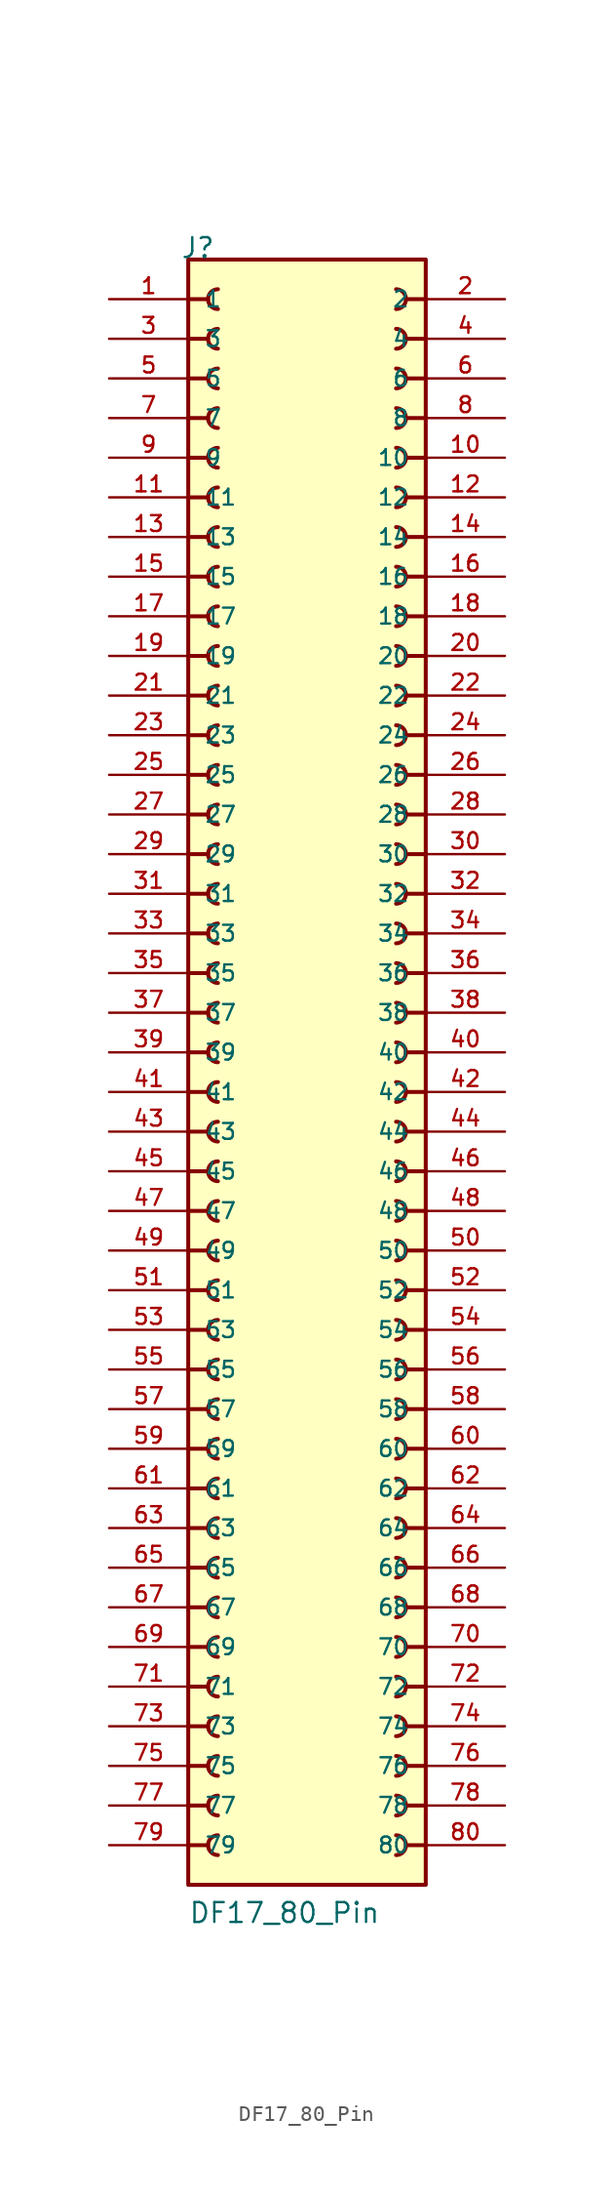
<source format=kicad_sym>
(kicad_symbol_lib
  (version 20211014)
  (generator kicad_symbol_editor)
  (symbol "DF17_80_Pin"
    (pin_names
      (offset 1.016))
    (property "Reference" "J"
      (at -8.128 53.34 0)
      (effects (font (size 1.27 1.27)) (justify left bottom)))
    (property "Value" "DF17_80_Pin"
      (at -7.62 -53.34 0)
      (effects (font (size 1.27 1.27)) (justify left bottom)))
    (property "ki_locked" ""
      (at 0 0 0)
      (effects (font (size 1.27 1.27))))
    (symbol "DF17_80_Pin_0_0"
      (rectangle (start -7.62 -50.8) (end 7.62 53.34) (stroke (width 0.254) (type default) (color 0 0 0 0)) (fill (type background)))
      (arc (start -5.715 -47.625) (mid -6.35 -48.26) (end -5.715 -48.895) (stroke (width 0.254) (type default) (color 0 0 0 0)) (fill (type none)))
      (arc (start -5.715 -45.085) (mid -6.35 -45.72) (end -5.715 -46.355) (stroke (width 0.254) (type default) (color 0 0 0 0)) (fill (type none)))
      (arc (start -5.715 -42.545) (mid -6.35 -43.18) (end -5.715 -43.815) (stroke (width 0.254) (type default) (color 0 0 0 0)) (fill (type none)))
      (arc (start -5.715 -40.005) (mid -6.35 -40.64) (end -5.715 -41.275) (stroke (width 0.254) (type default) (color 0 0 0 0)) (fill (type none)))
      (arc (start -5.715 -37.465) (mid -6.35 -38.1) (end -5.715 -38.735) (stroke (width 0.254) (type default) (color 0 0 0 0)) (fill (type none)))
      (arc (start -5.715 -34.925) (mid -6.35 -35.56) (end -5.715 -36.195) (stroke (width 0.254) (type default) (color 0 0 0 0)) (fill (type none)))
      (arc (start -5.715 -32.385) (mid -6.35 -33.02) (end -5.715 -33.655) (stroke (width 0.254) (type default) (color 0 0 0 0)) (fill (type none)))
      (arc (start -5.715 -29.845) (mid -6.35 -30.48) (end -5.715 -31.115) (stroke (width 0.254) (type default) (color 0 0 0 0)) (fill (type none)))
      (arc (start -5.715 -27.305) (mid -6.35 -27.94) (end -5.715 -28.575) (stroke (width 0.254) (type default) (color 0 0 0 0)) (fill (type none)))
      (arc (start -5.715 -24.765) (mid -6.35 -25.4) (end -5.715 -26.035) (stroke (width 0.254) (type default) (color 0 0 0 0)) (fill (type none)))
      (arc (start -5.715 -22.225) (mid -6.35 -22.86) (end -5.715 -23.495) (stroke (width 0.254) (type default) (color 0 0 0 0)) (fill (type none)))
      (arc (start -5.715 -19.685) (mid -6.35 -20.32) (end -5.715 -20.955) (stroke (width 0.254) (type default) (color 0 0 0 0)) (fill (type none)))
      (arc (start -5.715 -17.145) (mid -6.35 -17.78) (end -5.715 -18.415) (stroke (width 0.254) (type default) (color 0 0 0 0)) (fill (type none)))
      (arc (start -5.715 -14.605) (mid -6.35 -15.24) (end -5.715 -15.875) (stroke (width 0.254) (type default) (color 0 0 0 0)) (fill (type none)))
      (arc (start -5.715 -12.065) (mid -6.35 -12.7) (end -5.715 -13.335) (stroke (width 0.254) (type default) (color 0 0 0 0)) (fill (type none)))
      (arc (start -5.715 -9.525) (mid -6.35 -10.16) (end -5.715 -10.795) (stroke (width 0.254) (type default) (color 0 0 0 0)) (fill (type none)))
      (arc (start -5.715 -6.985) (mid -6.35 -7.62) (end -5.715 -8.255) (stroke (width 0.254) (type default) (color 0 0 0 0)) (fill (type none)))
      (arc (start -5.715 -4.445) (mid -6.35 -5.08) (end -5.715 -5.715) (stroke (width 0.254) (type default) (color 0 0 0 0)) (fill (type none)))
      (arc (start -5.715 -1.905) (mid -6.35 -2.54) (end -5.715 -3.175) (stroke (width 0.254) (type default) (color 0 0 0 0)) (fill (type none)))
      (arc (start -5.715 0.635) (mid -6.35 0) (end -5.715 -0.635) (stroke (width 0.254) (type default) (color 0 0 0 0)) (fill (type none)))
      (arc (start -5.715 3.175) (mid -6.35 2.54) (end -5.715 1.905) (stroke (width 0.254) (type default) (color 0 0 0 0)) (fill (type none)))
      (arc (start -5.715 5.715) (mid -6.35 5.08) (end -5.715 4.445) (stroke (width 0.254) (type default) (color 0 0 0 0)) (fill (type none)))
      (arc (start -5.715 8.255) (mid -6.35 7.62) (end -5.715 6.985) (stroke (width 0.254) (type default) (color 0 0 0 0)) (fill (type none)))
      (arc (start -5.715 10.795) (mid -6.35 10.16) (end -5.715 9.525) (stroke (width 0.254) (type default) (color 0 0 0 0)) (fill (type none)))
      (arc (start -5.715 13.335) (mid -6.35 12.7) (end -5.715 12.065) (stroke (width 0.254) (type default) (color 0 0 0 0)) (fill (type none)))
      (arc (start -5.715 15.875) (mid -6.35 15.24) (end -5.715 14.605) (stroke (width 0.254) (type default) (color 0 0 0 0)) (fill (type none)))
      (arc (start -5.715 18.415) (mid -6.35 17.78) (end -5.715 17.145) (stroke (width 0.254) (type default) (color 0 0 0 0)) (fill (type none)))
      (arc (start -5.715 20.955) (mid -6.35 20.32) (end -5.715 19.685) (stroke (width 0.254) (type default) (color 0 0 0 0)) (fill (type none)))
      (arc (start -5.715 23.495) (mid -6.35 22.86) (end -5.715 22.225) (stroke (width 0.254) (type default) (color 0 0 0 0)) (fill (type none)))
      (arc (start -5.715 26.035) (mid -6.35 25.4) (end -5.715 24.765) (stroke (width 0.254) (type default) (color 0 0 0 0)) (fill (type none)))
      (arc (start -5.715 28.575) (mid -6.35 27.94) (end -5.715 27.305) (stroke (width 0.254) (type default) (color 0 0 0 0)) (fill (type none)))
      (arc (start -5.715 31.115) (mid -6.35 30.48) (end -5.715 29.845) (stroke (width 0.254) (type default) (color 0 0 0 0)) (fill (type none)))
      (arc (start -5.715 33.655) (mid -6.35 33.02) (end -5.715 32.385) (stroke (width 0.254) (type default) (color 0 0 0 0)) (fill (type none)))
      (arc (start -5.715 36.195) (mid -6.35 35.56) (end -5.715 34.925) (stroke (width 0.254) (type default) (color 0 0 0 0)) (fill (type none)))
      (arc (start -5.715 38.735) (mid -6.35 38.1) (end -5.715 37.465) (stroke (width 0.254) (type default) (color 0 0 0 0)) (fill (type none)))
      (arc (start -5.715 41.275) (mid -6.35 40.64) (end -5.715 40.005) (stroke (width 0.254) (type default) (color 0 0 0 0)) (fill (type none)))
      (arc (start -5.715 43.815) (mid -6.35 43.18) (end -5.715 42.545) (stroke (width 0.254) (type default) (color 0 0 0 0)) (fill (type none)))
      (arc (start -5.715 46.355) (mid -6.35 45.72) (end -5.715 45.085) (stroke (width 0.254) (type default) (color 0 0 0 0)) (fill (type none)))
      (arc (start -5.715 48.895) (mid -6.35 48.26) (end -5.715 47.625) (stroke (width 0.254) (type default) (color 0 0 0 0)) (fill (type none)))
      (arc (start -5.715 51.435) (mid -6.35 50.8) (end -5.715 50.165) (stroke (width 0.254) (type default) (color 0 0 0 0)) (fill (type none)))
      (polyline (pts (xy -7.62 -48.26) (xy -6.35 -48.26)) (stroke (width 0.254) (type default) (color 0 0 0 0)) (fill (type none)))
      (polyline (pts (xy -7.62 -45.72) (xy -6.35 -45.72)) (stroke (width 0.254) (type default) (color 0 0 0 0)) (fill (type none)))
      (polyline (pts (xy -7.62 -43.18) (xy -6.35 -43.18)) (stroke (width 0.254) (type default) (color 0 0 0 0)) (fill (type none)))
      (polyline (pts (xy -7.62 -40.64) (xy -6.35 -40.64)) (stroke (width 0.254) (type default) (color 0 0 0 0)) (fill (type none)))
      (polyline (pts (xy -7.62 -38.1) (xy -6.35 -38.1)) (stroke (width 0.254) (type default) (color 0 0 0 0)) (fill (type none)))
      (polyline (pts (xy -7.62 -35.56) (xy -6.35 -35.56)) (stroke (width 0.254) (type default) (color 0 0 0 0)) (fill (type none)))
      (polyline (pts (xy -7.62 -33.02) (xy -6.35 -33.02)) (stroke (width 0.254) (type default) (color 0 0 0 0)) (fill (type none)))
      (polyline (pts (xy -7.62 -30.48) (xy -6.35 -30.48)) (stroke (width 0.254) (type default) (color 0 0 0 0)) (fill (type none)))
      (polyline (pts (xy -7.62 -27.94) (xy -6.35 -27.94)) (stroke (width 0.254) (type default) (color 0 0 0 0)) (fill (type none)))
      (polyline (pts (xy -7.62 -25.4) (xy -6.35 -25.4)) (stroke (width 0.254) (type default) (color 0 0 0 0)) (fill (type none)))
      (polyline (pts (xy -7.62 -22.86) (xy -6.35 -22.86)) (stroke (width 0.254) (type default) (color 0 0 0 0)) (fill (type none)))
      (polyline (pts (xy -7.62 -20.32) (xy -6.35 -20.32)) (stroke (width 0.254) (type default) (color 0 0 0 0)) (fill (type none)))
      (polyline (pts (xy -7.62 -17.78) (xy -6.35 -17.78)) (stroke (width 0.254) (type default) (color 0 0 0 0)) (fill (type none)))
      (polyline (pts (xy -7.62 -15.24) (xy -6.35 -15.24)) (stroke (width 0.254) (type default) (color 0 0 0 0)) (fill (type none)))
      (polyline (pts (xy -7.62 -12.7) (xy -6.35 -12.7)) (stroke (width 0.254) (type default) (color 0 0 0 0)) (fill (type none)))
      (polyline (pts (xy -7.62 -10.16) (xy -6.35 -10.16)) (stroke (width 0.254) (type default) (color 0 0 0 0)) (fill (type none)))
      (polyline (pts (xy -7.62 -7.62) (xy -6.35 -7.62)) (stroke (width 0.254) (type default) (color 0 0 0 0)) (fill (type none)))
      (polyline (pts (xy -7.62 -5.08) (xy -6.35 -5.08)) (stroke (width 0.254) (type default) (color 0 0 0 0)) (fill (type none)))
      (polyline (pts (xy -7.62 -2.54) (xy -6.35 -2.54)) (stroke (width 0.254) (type default) (color 0 0 0 0)) (fill (type none)))
      (polyline (pts (xy -7.62 0) (xy -6.35 0)) (stroke (width 0.254) (type default) (color 0 0 0 0)) (fill (type none)))
      (polyline (pts (xy -7.62 2.54) (xy -6.35 2.54)) (stroke (width 0.254) (type default) (color 0 0 0 0)) (fill (type none)))
      (polyline (pts (xy -7.62 5.08) (xy -6.35 5.08)) (stroke (width 0.254) (type default) (color 0 0 0 0)) (fill (type none)))
      (polyline (pts (xy -7.62 7.62) (xy -6.35 7.62)) (stroke (width 0.254) (type default) (color 0 0 0 0)) (fill (type none)))
      (polyline (pts (xy -7.62 10.16) (xy -6.35 10.16)) (stroke (width 0.254) (type default) (color 0 0 0 0)) (fill (type none)))
      (polyline (pts (xy -7.62 12.7) (xy -6.35 12.7)) (stroke (width 0.254) (type default) (color 0 0 0 0)) (fill (type none)))
      (polyline (pts (xy -7.62 15.24) (xy -6.35 15.24)) (stroke (width 0.254) (type default) (color 0 0 0 0)) (fill (type none)))
      (polyline (pts (xy -7.62 17.78) (xy -6.35 17.78)) (stroke (width 0.254) (type default) (color 0 0 0 0)) (fill (type none)))
      (polyline (pts (xy -7.62 20.32) (xy -6.35 20.32)) (stroke (width 0.254) (type default) (color 0 0 0 0)) (fill (type none)))
      (polyline (pts (xy -7.62 22.86) (xy -6.35 22.86)) (stroke (width 0.254) (type default) (color 0 0 0 0)) (fill (type none)))
      (polyline (pts (xy -7.62 25.4) (xy -6.35 25.4)) (stroke (width 0.254) (type default) (color 0 0 0 0)) (fill (type none)))
      (polyline (pts (xy -7.62 27.94) (xy -6.35 27.94)) (stroke (width 0.254) (type default) (color 0 0 0 0)) (fill (type none)))
      (polyline (pts (xy -7.62 30.48) (xy -6.35 30.48)) (stroke (width 0.254) (type default) (color 0 0 0 0)) (fill (type none)))
      (polyline (pts (xy -7.62 33.02) (xy -6.35 33.02)) (stroke (width 0.254) (type default) (color 0 0 0 0)) (fill (type none)))
      (polyline (pts (xy -7.62 35.56) (xy -6.35 35.56)) (stroke (width 0.254) (type default) (color 0 0 0 0)) (fill (type none)))
      (polyline (pts (xy -7.62 38.1) (xy -6.35 38.1)) (stroke (width 0.254) (type default) (color 0 0 0 0)) (fill (type none)))
      (polyline (pts (xy -7.62 40.64) (xy -6.35 40.64)) (stroke (width 0.254) (type default) (color 0 0 0 0)) (fill (type none)))
      (polyline (pts (xy -7.62 43.18) (xy -6.35 43.18)) (stroke (width 0.254) (type default) (color 0 0 0 0)) (fill (type none)))
      (polyline (pts (xy -7.62 45.72) (xy -6.35 45.72)) (stroke (width 0.254) (type default) (color 0 0 0 0)) (fill (type none)))
      (polyline (pts (xy -7.62 48.26) (xy -6.35 48.26)) (stroke (width 0.254) (type default) (color 0 0 0 0)) (fill (type none)))
      (polyline (pts (xy -7.62 50.8) (xy -6.35 50.8)) (stroke (width 0.254) (type default) (color 0 0 0 0)) (fill (type none)))
      (polyline (pts (xy 7.62 -48.26) (xy 6.35 -48.26)) (stroke (width 0.254) (type default) (color 0 0 0 0)) (fill (type none)))
      (polyline (pts (xy 7.62 -45.72) (xy 6.35 -45.72)) (stroke (width 0.254) (type default) (color 0 0 0 0)) (fill (type none)))
      (polyline (pts (xy 7.62 -43.18) (xy 6.35 -43.18)) (stroke (width 0.254) (type default) (color 0 0 0 0)) (fill (type none)))
      (polyline (pts (xy 7.62 -40.64) (xy 6.35 -40.64)) (stroke (width 0.254) (type default) (color 0 0 0 0)) (fill (type none)))
      (polyline (pts (xy 7.62 -38.1) (xy 6.35 -38.1)) (stroke (width 0.254) (type default) (color 0 0 0 0)) (fill (type none)))
      (polyline (pts (xy 7.62 -35.56) (xy 6.35 -35.56)) (stroke (width 0.254) (type default) (color 0 0 0 0)) (fill (type none)))
      (polyline (pts (xy 7.62 -33.02) (xy 6.35 -33.02)) (stroke (width 0.254) (type default) (color 0 0 0 0)) (fill (type none)))
      (polyline (pts (xy 7.62 -30.48) (xy 6.35 -30.48)) (stroke (width 0.254) (type default) (color 0 0 0 0)) (fill (type none)))
      (polyline (pts (xy 7.62 -27.94) (xy 6.35 -27.94)) (stroke (width 0.254) (type default) (color 0 0 0 0)) (fill (type none)))
      (polyline (pts (xy 7.62 -25.4) (xy 6.35 -25.4)) (stroke (width 0.254) (type default) (color 0 0 0 0)) (fill (type none)))
      (polyline (pts (xy 7.62 -22.86) (xy 6.35 -22.86)) (stroke (width 0.254) (type default) (color 0 0 0 0)) (fill (type none)))
      (polyline (pts (xy 7.62 -20.32) (xy 6.35 -20.32)) (stroke (width 0.254) (type default) (color 0 0 0 0)) (fill (type none)))
      (polyline (pts (xy 7.62 -17.78) (xy 6.35 -17.78)) (stroke (width 0.254) (type default) (color 0 0 0 0)) (fill (type none)))
      (polyline (pts (xy 7.62 -15.24) (xy 6.35 -15.24)) (stroke (width 0.254) (type default) (color 0 0 0 0)) (fill (type none)))
      (polyline (pts (xy 7.62 -12.7) (xy 6.35 -12.7)) (stroke (width 0.254) (type default) (color 0 0 0 0)) (fill (type none)))
      (polyline (pts (xy 7.62 -10.16) (xy 6.35 -10.16)) (stroke (width 0.254) (type default) (color 0 0 0 0)) (fill (type none)))
      (polyline (pts (xy 7.62 -7.62) (xy 6.35 -7.62)) (stroke (width 0.254) (type default) (color 0 0 0 0)) (fill (type none)))
      (polyline (pts (xy 7.62 -5.08) (xy 6.35 -5.08)) (stroke (width 0.254) (type default) (color 0 0 0 0)) (fill (type none)))
      (polyline (pts (xy 7.62 -2.54) (xy 6.35 -2.54)) (stroke (width 0.254) (type default) (color 0 0 0 0)) (fill (type none)))
      (polyline (pts (xy 7.62 0) (xy 6.35 0)) (stroke (width 0.254) (type default) (color 0 0 0 0)) (fill (type none)))
      (polyline (pts (xy 7.62 2.54) (xy 6.35 2.54)) (stroke (width 0.254) (type default) (color 0 0 0 0)) (fill (type none)))
      (polyline (pts (xy 7.62 5.08) (xy 6.35 5.08)) (stroke (width 0.254) (type default) (color 0 0 0 0)) (fill (type none)))
      (polyline (pts (xy 7.62 7.62) (xy 6.35 7.62)) (stroke (width 0.254) (type default) (color 0 0 0 0)) (fill (type none)))
      (polyline (pts (xy 7.62 10.16) (xy 6.35 10.16)) (stroke (width 0.254) (type default) (color 0 0 0 0)) (fill (type none)))
      (polyline (pts (xy 7.62 12.7) (xy 6.35 12.7)) (stroke (width 0.254) (type default) (color 0 0 0 0)) (fill (type none)))
      (polyline (pts (xy 7.62 15.24) (xy 6.35 15.24)) (stroke (width 0.254) (type default) (color 0 0 0 0)) (fill (type none)))
      (polyline (pts (xy 7.62 17.78) (xy 6.35 17.78)) (stroke (width 0.254) (type default) (color 0 0 0 0)) (fill (type none)))
      (polyline (pts (xy 7.62 20.32) (xy 6.35 20.32)) (stroke (width 0.254) (type default) (color 0 0 0 0)) (fill (type none)))
      (polyline (pts (xy 7.62 22.86) (xy 6.35 22.86)) (stroke (width 0.254) (type default) (color 0 0 0 0)) (fill (type none)))
      (polyline (pts (xy 7.62 25.4) (xy 6.35 25.4)) (stroke (width 0.254) (type default) (color 0 0 0 0)) (fill (type none)))
      (polyline (pts (xy 7.62 27.94) (xy 6.35 27.94)) (stroke (width 0.254) (type default) (color 0 0 0 0)) (fill (type none)))
      (polyline (pts (xy 7.62 30.48) (xy 6.35 30.48)) (stroke (width 0.254) (type default) (color 0 0 0 0)) (fill (type none)))
      (polyline (pts (xy 7.62 33.02) (xy 6.35 33.02)) (stroke (width 0.254) (type default) (color 0 0 0 0)) (fill (type none)))
      (polyline (pts (xy 7.62 35.56) (xy 6.35 35.56)) (stroke (width 0.254) (type default) (color 0 0 0 0)) (fill (type none)))
      (polyline (pts (xy 7.62 38.1) (xy 6.35 38.1)) (stroke (width 0.254) (type default) (color 0 0 0 0)) (fill (type none)))
      (polyline (pts (xy 7.62 40.64) (xy 6.35 40.64)) (stroke (width 0.254) (type default) (color 0 0 0 0)) (fill (type none)))
      (polyline (pts (xy 7.62 43.18) (xy 6.35 43.18)) (stroke (width 0.254) (type default) (color 0 0 0 0)) (fill (type none)))
      (polyline (pts (xy 7.62 45.72) (xy 6.35 45.72)) (stroke (width 0.254) (type default) (color 0 0 0 0)) (fill (type none)))
      (polyline (pts (xy 7.62 48.26) (xy 6.35 48.26)) (stroke (width 0.254) (type default) (color 0 0 0 0)) (fill (type none)))
      (polyline (pts (xy 7.62 50.8) (xy 6.35 50.8)) (stroke (width 0.254) (type default) (color 0 0 0 0)) (fill (type none)))
      (arc (start 5.715 -48.895) (mid 6.35 -48.26) (end 5.715 -47.625) (stroke (width 0.254) (type default) (color 0 0 0 0)) (fill (type none)))
      (arc (start 5.715 -46.355) (mid 6.35 -45.72) (end 5.715 -45.085) (stroke (width 0.254) (type default) (color 0 0 0 0)) (fill (type none)))
      (arc (start 5.715 -43.815) (mid 6.35 -43.18) (end 5.715 -42.545) (stroke (width 0.254) (type default) (color 0 0 0 0)) (fill (type none)))
      (arc (start 5.715 -41.275) (mid 6.35 -40.64) (end 5.715 -40.005) (stroke (width 0.254) (type default) (color 0 0 0 0)) (fill (type none)))
      (arc (start 5.715 -38.735) (mid 6.35 -38.1) (end 5.715 -37.465) (stroke (width 0.254) (type default) (color 0 0 0 0)) (fill (type none)))
      (arc (start 5.715 -36.195) (mid 6.35 -35.56) (end 5.715 -34.925) (stroke (width 0.254) (type default) (color 0 0 0 0)) (fill (type none)))
      (arc (start 5.715 -33.655) (mid 6.35 -33.02) (end 5.715 -32.385) (stroke (width 0.254) (type default) (color 0 0 0 0)) (fill (type none)))
      (arc (start 5.715 -31.115) (mid 6.35 -30.48) (end 5.715 -29.845) (stroke (width 0.254) (type default) (color 0 0 0 0)) (fill (type none)))
      (arc (start 5.715 -28.575) (mid 6.35 -27.94) (end 5.715 -27.305) (stroke (width 0.254) (type default) (color 0 0 0 0)) (fill (type none)))
      (arc (start 5.715 -26.035) (mid 6.35 -25.4) (end 5.715 -24.765) (stroke (width 0.254) (type default) (color 0 0 0 0)) (fill (type none)))
      (arc (start 5.715 -23.495) (mid 6.35 -22.86) (end 5.715 -22.225) (stroke (width 0.254) (type default) (color 0 0 0 0)) (fill (type none)))
      (arc (start 5.715 -20.955) (mid 6.35 -20.32) (end 5.715 -19.685) (stroke (width 0.254) (type default) (color 0 0 0 0)) (fill (type none)))
      (arc (start 5.715 -18.415) (mid 6.35 -17.78) (end 5.715 -17.145) (stroke (width 0.254) (type default) (color 0 0 0 0)) (fill (type none)))
      (arc (start 5.715 -15.875) (mid 6.35 -15.24) (end 5.715 -14.605) (stroke (width 0.254) (type default) (color 0 0 0 0)) (fill (type none)))
      (arc (start 5.715 -13.335) (mid 6.35 -12.7) (end 5.715 -12.065) (stroke (width 0.254) (type default) (color 0 0 0 0)) (fill (type none)))
      (arc (start 5.715 -10.795) (mid 6.35 -10.16) (end 5.715 -9.525) (stroke (width 0.254) (type default) (color 0 0 0 0)) (fill (type none)))
      (arc (start 5.715 -8.255) (mid 6.35 -7.62) (end 5.715 -6.985) (stroke (width 0.254) (type default) (color 0 0 0 0)) (fill (type none)))
      (arc (start 5.715 -5.715) (mid 6.35 -5.08) (end 5.715 -4.445) (stroke (width 0.254) (type default) (color 0 0 0 0)) (fill (type none)))
      (arc (start 5.715 -3.175) (mid 6.35 -2.54) (end 5.715 -1.905) (stroke (width 0.254) (type default) (color 0 0 0 0)) (fill (type none)))
      (arc (start 5.715 -0.635) (mid 6.35 0) (end 5.715 0.635) (stroke (width 0.254) (type default) (color 0 0 0 0)) (fill (type none)))
      (arc (start 5.715 1.905) (mid 6.35 2.54) (end 5.715 3.175) (stroke (width 0.254) (type default) (color 0 0 0 0)) (fill (type none)))
      (arc (start 5.715 4.445) (mid 6.35 5.08) (end 5.715 5.715) (stroke (width 0.254) (type default) (color 0 0 0 0)) (fill (type none)))
      (arc (start 5.715 6.985) (mid 6.35 7.62) (end 5.715 8.255) (stroke (width 0.254) (type default) (color 0 0 0 0)) (fill (type none)))
      (arc (start 5.715 9.525) (mid 6.35 10.16) (end 5.715 10.795) (stroke (width 0.254) (type default) (color 0 0 0 0)) (fill (type none)))
      (arc (start 5.715 12.065) (mid 6.35 12.7) (end 5.715 13.335) (stroke (width 0.254) (type default) (color 0 0 0 0)) (fill (type none)))
      (arc (start 5.715 14.605) (mid 6.35 15.24) (end 5.715 15.875) (stroke (width 0.254) (type default) (color 0 0 0 0)) (fill (type none)))
      (arc (start 5.715 17.145) (mid 6.35 17.78) (end 5.715 18.415) (stroke (width 0.254) (type default) (color 0 0 0 0)) (fill (type none)))
      (arc (start 5.715 19.685) (mid 6.35 20.32) (end 5.715 20.955) (stroke (width 0.254) (type default) (color 0 0 0 0)) (fill (type none)))
      (arc (start 5.715 22.225) (mid 6.35 22.86) (end 5.715 23.495) (stroke (width 0.254) (type default) (color 0 0 0 0)) (fill (type none)))
      (arc (start 5.715 24.765) (mid 6.35 25.4) (end 5.715 26.035) (stroke (width 0.254) (type default) (color 0 0 0 0)) (fill (type none)))
      (arc (start 5.715 27.305) (mid 6.35 27.94) (end 5.715 28.575) (stroke (width 0.254) (type default) (color 0 0 0 0)) (fill (type none)))
      (arc (start 5.715 29.845) (mid 6.35 30.48) (end 5.715 31.115) (stroke (width 0.254) (type default) (color 0 0 0 0)) (fill (type none)))
      (arc (start 5.715 32.385) (mid 6.35 33.02) (end 5.715 33.655) (stroke (width 0.254) (type default) (color 0 0 0 0)) (fill (type none)))
      (arc (start 5.715 34.925) (mid 6.35 35.56) (end 5.715 36.195) (stroke (width 0.254) (type default) (color 0 0 0 0)) (fill (type none)))
      (arc (start 5.715 37.465) (mid 6.35 38.1) (end 5.715 38.735) (stroke (width 0.254) (type default) (color 0 0 0 0)) (fill (type none)))
      (arc (start 5.715 40.005) (mid 6.35 40.64) (end 5.715 41.275) (stroke (width 0.254) (type default) (color 0 0 0 0)) (fill (type none)))
      (arc (start 5.715 42.545) (mid 6.35 43.18) (end 5.715 43.815) (stroke (width 0.254) (type default) (color 0 0 0 0)) (fill (type none)))
      (arc (start 5.715 45.085) (mid 6.35 45.72) (end 5.715 46.355) (stroke (width 0.254) (type default) (color 0 0 0 0)) (fill (type none)))
      (arc (start 5.715 47.625) (mid 6.35 48.26) (end 5.715 48.895) (stroke (width 0.254) (type default) (color 0 0 0 0)) (fill (type none)))
      (arc (start 5.715 50.165) (mid 6.35 50.8) (end 5.715 51.435) (stroke (width 0.254) (type default) (color 0 0 0 0)) (fill (type none)))
      (pin passive line (at -12.7 50.8 0) (length 5.08) (name "1" (effects (font (size 1.016 1.016)))) (number "1" (effects (font (size 1.016 1.016)))))
      (pin passive line (at 12.7 40.64 180) (length 5.08) (name "10" (effects (font (size 1.016 1.016)))) (number "10" (effects (font (size 1.016 1.016)))))
      (pin passive line (at -12.7 38.1 0) (length 5.08) (name "11" (effects (font (size 1.016 1.016)))) (number "11" (effects (font (size 1.016 1.016)))))
      (pin passive line (at 12.7 38.1 180) (length 5.08) (name "12" (effects (font (size 1.016 1.016)))) (number "12" (effects (font (size 1.016 1.016)))))
      (pin passive line (at -12.7 35.56 0) (length 5.08) (name "13" (effects (font (size 1.016 1.016)))) (number "13" (effects (font (size 1.016 1.016)))))
      (pin passive line (at 12.7 35.56 180) (length 5.08) (name "14" (effects (font (size 1.016 1.016)))) (number "14" (effects (font (size 1.016 1.016)))))
      (pin passive line (at -12.7 33.02 0) (length 5.08) (name "15" (effects (font (size 1.016 1.016)))) (number "15" (effects (font (size 1.016 1.016)))))
      (pin passive line (at 12.7 33.02 180) (length 5.08) (name "16" (effects (font (size 1.016 1.016)))) (number "16" (effects (font (size 1.016 1.016)))))
      (pin passive line (at -12.7 30.48 0) (length 5.08) (name "17" (effects (font (size 1.016 1.016)))) (number "17" (effects (font (size 1.016 1.016)))))
      (pin passive line (at 12.7 30.48 180) (length 5.08) (name "18" (effects (font (size 1.016 1.016)))) (number "18" (effects (font (size 1.016 1.016)))))
      (pin passive line (at -12.7 27.94 0) (length 5.08) (name "19" (effects (font (size 1.016 1.016)))) (number "19" (effects (font (size 1.016 1.016)))))
      (pin passive line (at 12.7 50.8 180) (length 5.08) (name "2" (effects (font (size 1.016 1.016)))) (number "2" (effects (font (size 1.016 1.016)))))
      (pin passive line (at 12.7 27.94 180) (length 5.08) (name "20" (effects (font (size 1.016 1.016)))) (number "20" (effects (font (size 1.016 1.016)))))
      (pin passive line (at -12.7 25.4 0) (length 5.08) (name "21" (effects (font (size 1.016 1.016)))) (number "21" (effects (font (size 1.016 1.016)))))
      (pin passive line (at 12.7 25.4 180) (length 5.08) (name "22" (effects (font (size 1.016 1.016)))) (number "22" (effects (font (size 1.016 1.016)))))
      (pin passive line (at -12.7 22.86 0) (length 5.08) (name "23" (effects (font (size 1.016 1.016)))) (number "23" (effects (font (size 1.016 1.016)))))
      (pin passive line (at 12.7 22.86 180) (length 5.08) (name "24" (effects (font (size 1.016 1.016)))) (number "24" (effects (font (size 1.016 1.016)))))
      (pin passive line (at -12.7 20.32 0) (length 5.08) (name "25" (effects (font (size 1.016 1.016)))) (number "25" (effects (font (size 1.016 1.016)))))
      (pin passive line (at 12.7 20.32 180) (length 5.08) (name "26" (effects (font (size 1.016 1.016)))) (number "26" (effects (font (size 1.016 1.016)))))
      (pin passive line (at -12.7 17.78 0) (length 5.08) (name "27" (effects (font (size 1.016 1.016)))) (number "27" (effects (font (size 1.016 1.016)))))
      (pin passive line (at 12.7 17.78 180) (length 5.08) (name "28" (effects (font (size 1.016 1.016)))) (number "28" (effects (font (size 1.016 1.016)))))
      (pin passive line (at -12.7 15.24 0) (length 5.08) (name "29" (effects (font (size 1.016 1.016)))) (number "29" (effects (font (size 1.016 1.016)))))
      (pin passive line (at -12.7 48.26 0) (length 5.08) (name "3" (effects (font (size 1.016 1.016)))) (number "3" (effects (font (size 1.016 1.016)))))
      (pin passive line (at 12.7 15.24 180) (length 5.08) (name "30" (effects (font (size 1.016 1.016)))) (number "30" (effects (font (size 1.016 1.016)))))
      (pin passive line (at -12.7 12.7 0) (length 5.08) (name "31" (effects (font (size 1.016 1.016)))) (number "31" (effects (font (size 1.016 1.016)))))
      (pin passive line (at 12.7 12.7 180) (length 5.08) (name "32" (effects (font (size 1.016 1.016)))) (number "32" (effects (font (size 1.016 1.016)))))
      (pin passive line (at -12.7 10.16 0) (length 5.08) (name "33" (effects (font (size 1.016 1.016)))) (number "33" (effects (font (size 1.016 1.016)))))
      (pin passive line (at 12.7 10.16 180) (length 5.08) (name "34" (effects (font (size 1.016 1.016)))) (number "34" (effects (font (size 1.016 1.016)))))
      (pin passive line (at -12.7 7.62 0) (length 5.08) (name "35" (effects (font (size 1.016 1.016)))) (number "35" (effects (font (size 1.016 1.016)))))
      (pin passive line (at 12.7 7.62 180) (length 5.08) (name "36" (effects (font (size 1.016 1.016)))) (number "36" (effects (font (size 1.016 1.016)))))
      (pin passive line (at -12.7 5.08 0) (length 5.08) (name "37" (effects (font (size 1.016 1.016)))) (number "37" (effects (font (size 1.016 1.016)))))
      (pin passive line (at 12.7 5.08 180) (length 5.08) (name "38" (effects (font (size 1.016 1.016)))) (number "38" (effects (font (size 1.016 1.016)))))
      (pin passive line (at -12.7 2.54 0) (length 5.08) (name "39" (effects (font (size 1.016 1.016)))) (number "39" (effects (font (size 1.016 1.016)))))
      (pin passive line (at 12.7 48.26 180) (length 5.08) (name "4" (effects (font (size 1.016 1.016)))) (number "4" (effects (font (size 1.016 1.016)))))
      (pin passive line (at 12.7 2.54 180) (length 5.08) (name "40" (effects (font (size 1.016 1.016)))) (number "40" (effects (font (size 1.016 1.016)))))
      (pin passive line (at -12.7 0 0) (length 5.08) (name "41" (effects (font (size 1.016 1.016)))) (number "41" (effects (font (size 1.016 1.016)))))
      (pin passive line (at 12.7 0 180) (length 5.08) (name "42" (effects (font (size 1.016 1.016)))) (number "42" (effects (font (size 1.016 1.016)))))
      (pin passive line (at -12.7 -2.54 0) (length 5.08) (name "43" (effects (font (size 1.016 1.016)))) (number "43" (effects (font (size 1.016 1.016)))))
      (pin passive line (at 12.7 -2.54 180) (length 5.08) (name "44" (effects (font (size 1.016 1.016)))) (number "44" (effects (font (size 1.016 1.016)))))
      (pin passive line (at -12.7 -5.08 0) (length 5.08) (name "45" (effects (font (size 1.016 1.016)))) (number "45" (effects (font (size 1.016 1.016)))))
      (pin passive line (at 12.7 -5.08 180) (length 5.08) (name "46" (effects (font (size 1.016 1.016)))) (number "46" (effects (font (size 1.016 1.016)))))
      (pin passive line (at -12.7 -7.62 0) (length 5.08) (name "47" (effects (font (size 1.016 1.016)))) (number "47" (effects (font (size 1.016 1.016)))))
      (pin passive line (at 12.7 -7.62 180) (length 5.08) (name "48" (effects (font (size 1.016 1.016)))) (number "48" (effects (font (size 1.016 1.016)))))
      (pin passive line (at -12.7 -10.16 0) (length 5.08) (name "49" (effects (font (size 1.016 1.016)))) (number "49" (effects (font (size 1.016 1.016)))))
      (pin passive line (at -12.7 45.72 0) (length 5.08) (name "5" (effects (font (size 1.016 1.016)))) (number "5" (effects (font (size 1.016 1.016)))))
      (pin passive line (at 12.7 -10.16 180) (length 5.08) (name "50" (effects (font (size 1.016 1.016)))) (number "50" (effects (font (size 1.016 1.016)))))
      (pin passive line (at -12.7 -12.7 0) (length 5.08) (name "51" (effects (font (size 1.016 1.016)))) (number "51" (effects (font (size 1.016 1.016)))))
      (pin passive line (at 12.7 -12.7 180) (length 5.08) (name "52" (effects (font (size 1.016 1.016)))) (number "52" (effects (font (size 1.016 1.016)))))
      (pin passive line (at -12.7 -15.24 0) (length 5.08) (name "53" (effects (font (size 1.016 1.016)))) (number "53" (effects (font (size 1.016 1.016)))))
      (pin passive line (at 12.7 -15.24 180) (length 5.08) (name "54" (effects (font (size 1.016 1.016)))) (number "54" (effects (font (size 1.016 1.016)))))
      (pin passive line (at -12.7 -17.78 0) (length 5.08) (name "55" (effects (font (size 1.016 1.016)))) (number "55" (effects (font (size 1.016 1.016)))))
      (pin passive line (at 12.7 -17.78 180) (length 5.08) (name "56" (effects (font (size 1.016 1.016)))) (number "56" (effects (font (size 1.016 1.016)))))
      (pin passive line (at -12.7 -20.32 0) (length 5.08) (name "57" (effects (font (size 1.016 1.016)))) (number "57" (effects (font (size 1.016 1.016)))))
      (pin passive line (at 12.7 -20.32 180) (length 5.08) (name "58" (effects (font (size 1.016 1.016)))) (number "58" (effects (font (size 1.016 1.016)))))
      (pin passive line (at -12.7 -22.86 0) (length 5.08) (name "59" (effects (font (size 1.016 1.016)))) (number "59" (effects (font (size 1.016 1.016)))))
      (pin passive line (at 12.7 45.72 180) (length 5.08) (name "6" (effects (font (size 1.016 1.016)))) (number "6" (effects (font (size 1.016 1.016)))))
      (pin passive line (at 12.7 -22.86 180) (length 5.08) (name "60" (effects (font (size 1.016 1.016)))) (number "60" (effects (font (size 1.016 1.016)))))
      (pin passive line (at -12.7 -25.4 0) (length 5.08) (name "61" (effects (font (size 1.016 1.016)))) (number "61" (effects (font (size 1.016 1.016)))))
      (pin passive line (at 12.7 -25.4 180) (length 5.08) (name "62" (effects (font (size 1.016 1.016)))) (number "62" (effects (font (size 1.016 1.016)))))
      (pin passive line (at -12.7 -27.94 0) (length 5.08) (name "63" (effects (font (size 1.016 1.016)))) (number "63" (effects (font (size 1.016 1.016)))))
      (pin passive line (at 12.7 -27.94 180) (length 5.08) (name "64" (effects (font (size 1.016 1.016)))) (number "64" (effects (font (size 1.016 1.016)))))
      (pin passive line (at -12.7 -30.48 0) (length 5.08) (name "65" (effects (font (size 1.016 1.016)))) (number "65" (effects (font (size 1.016 1.016)))))
      (pin passive line (at 12.7 -30.48 180) (length 5.08) (name "66" (effects (font (size 1.016 1.016)))) (number "66" (effects (font (size 1.016 1.016)))))
      (pin passive line (at -12.7 -33.02 0) (length 5.08) (name "67" (effects (font (size 1.016 1.016)))) (number "67" (effects (font (size 1.016 1.016)))))
      (pin passive line (at 12.7 -33.02 180) (length 5.08) (name "68" (effects (font (size 1.016 1.016)))) (number "68" (effects (font (size 1.016 1.016)))))
      (pin passive line (at -12.7 -35.56 0) (length 5.08) (name "69" (effects (font (size 1.016 1.016)))) (number "69" (effects (font (size 1.016 1.016)))))
      (pin passive line (at -12.7 43.18 0) (length 5.08) (name "7" (effects (font (size 1.016 1.016)))) (number "7" (effects (font (size 1.016 1.016)))))
      (pin passive line (at 12.7 -35.56 180) (length 5.08) (name "70" (effects (font (size 1.016 1.016)))) (number "70" (effects (font (size 1.016 1.016)))))
      (pin passive line (at -12.7 -38.1 0) (length 5.08) (name "71" (effects (font (size 1.016 1.016)))) (number "71" (effects (font (size 1.016 1.016)))))
      (pin passive line (at 12.7 -38.1 180) (length 5.08) (name "72" (effects (font (size 1.016 1.016)))) (number "72" (effects (font (size 1.016 1.016)))))
      (pin passive line (at -12.7 -40.64 0) (length 5.08) (name "73" (effects (font (size 1.016 1.016)))) (number "73" (effects (font (size 1.016 1.016)))))
      (pin passive line (at 12.7 -40.64 180) (length 5.08) (name "74" (effects (font (size 1.016 1.016)))) (number "74" (effects (font (size 1.016 1.016)))))
      (pin passive line (at -12.7 -43.18 0) (length 5.08) (name "75" (effects (font (size 1.016 1.016)))) (number "75" (effects (font (size 1.016 1.016)))))
      (pin passive line (at 12.7 -43.18 180) (length 5.08) (name "76" (effects (font (size 1.016 1.016)))) (number "76" (effects (font (size 1.016 1.016)))))
      (pin passive line (at -12.7 -45.72 0) (length 5.08) (name "77" (effects (font (size 1.016 1.016)))) (number "77" (effects (font (size 1.016 1.016)))))
      (pin passive line (at 12.7 -45.72 180) (length 5.08) (name "78" (effects (font (size 1.016 1.016)))) (number "78" (effects (font (size 1.016 1.016)))))
      (pin passive line (at -12.7 -48.26 0) (length 5.08) (name "79" (effects (font (size 1.016 1.016)))) (number "79" (effects (font (size 1.016 1.016)))))
      (pin passive line (at 12.7 43.18 180) (length 5.08) (name "8" (effects (font (size 1.016 1.016)))) (number "8" (effects (font (size 1.016 1.016)))))
      (pin passive line (at 12.7 -48.26 180) (length 5.08) (name "80" (effects (font (size 1.016 1.016)))) (number "80" (effects (font (size 1.016 1.016)))))
      (pin passive line (at -12.7 40.64 0) (length 5.08) (name "9" (effects (font (size 1.016 1.016)))) (number "9" (effects (font (size 1.016 1.016))))))))
</source>
